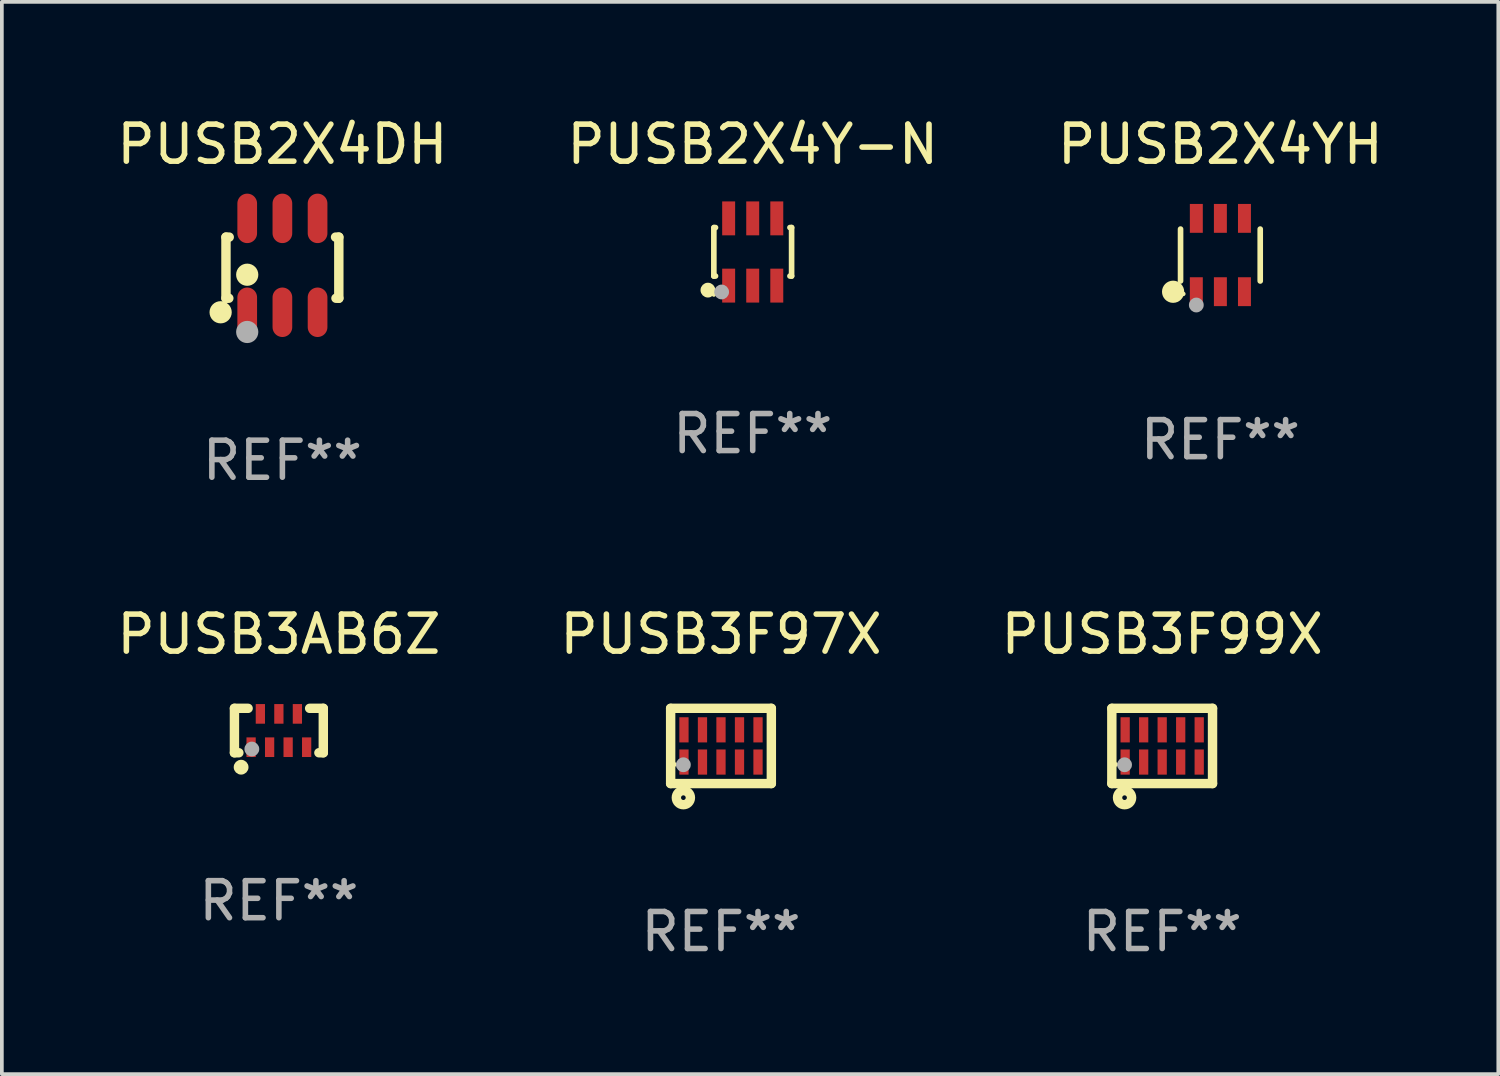
<source format=kicad_pcb>
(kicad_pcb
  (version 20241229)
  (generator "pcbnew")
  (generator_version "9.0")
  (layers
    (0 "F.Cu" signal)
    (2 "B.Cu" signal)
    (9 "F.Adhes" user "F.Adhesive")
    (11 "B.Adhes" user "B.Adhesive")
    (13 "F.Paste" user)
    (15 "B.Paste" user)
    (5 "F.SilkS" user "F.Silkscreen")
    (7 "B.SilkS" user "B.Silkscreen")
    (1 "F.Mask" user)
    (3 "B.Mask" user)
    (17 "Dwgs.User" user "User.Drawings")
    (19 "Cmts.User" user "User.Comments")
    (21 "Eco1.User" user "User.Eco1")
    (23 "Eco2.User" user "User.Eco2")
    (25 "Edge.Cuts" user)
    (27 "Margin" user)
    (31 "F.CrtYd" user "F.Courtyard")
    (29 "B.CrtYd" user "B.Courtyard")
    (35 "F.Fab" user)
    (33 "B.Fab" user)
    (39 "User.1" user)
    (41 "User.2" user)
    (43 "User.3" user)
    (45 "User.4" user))
  (footprint "PUSB2X4DH"
    (layer "F.Cu")
    (at 4.577 4.116)
    (property "Reference" "PUSB2X4DH" (at 0 -3.268 0) (layer "F.SilkS") (effects (font (size 1 1) (thickness 0.15))))
    (attr through_hole)
    (fp_line (start -1.524 -0.762) (end -1.524 0.889) (stroke (width 0.254) (type solid)) (layer "F.SilkS"))
    (fp_line (start -1.524 0.889) (end -1.447 0.889) (stroke (width 0.254) (type solid)) (layer "F.SilkS"))
    (fp_line (start -1.436 -0.762) (end -1.524 -0.762) (stroke (width 0.254) (type solid)) (layer "F.SilkS"))
    (fp_line (start 1.447 0.889) (end 1.524 0.889) (stroke (width 0.254) (type solid)) (layer "F.SilkS"))
    (fp_line (start 1.524 -0.762) (end 1.436 -0.762) (stroke (width 0.254) (type solid)) (layer "F.SilkS"))
    (fp_line (start 1.524 0.889) (end 1.524 -0.762) (stroke (width 0.254) (type solid)) (layer "F.SilkS"))
    (fp_circle (center -1.668 1.268) (end -1.518 1.268) (stroke (width 0.3) (type solid)) (fill no) (layer "F.SilkS"))
    (fp_circle (center -1.5 1.375) (end -1.47 1.375) (stroke (width 0.06) (type solid)) (fill no) (layer "F.SilkS"))
    (fp_circle (center -0.95 0.254) (end -0.8 0.254) (stroke (width 0.3) (type solid)) (fill no) (layer "F.SilkS"))
    (fp_circle (center -0.95 1.8) (end -0.8 1.8) (stroke (width 0.3) (type solid)) (fill no) (layer "F.Fab"))
    (fp_text user "REF**" (at 0 5.268 0) (layer "F.Fab") (effects (font (size 1 1) (thickness 0.15))))
    (pad "1" smd oval (at -0.95 1.268) (size 0.532 1.336) (layers "F.Cu" "F.Mask" "F.Paste"))
    (pad "2" smd oval (at 0 1.268) (size 0.532 1.336) (layers "F.Cu" "F.Mask" "F.Paste"))
    (pad "3" smd oval (at 0.95 1.268) (size 0.532 1.336) (layers "F.Cu" "F.Mask" "F.Paste"))
    (pad "4" smd oval (at 0.95 -1.268) (size 0.532 1.336) (layers "F.Cu" "F.Mask" "F.Paste"))
    (pad "5" smd oval (at 0 -1.268) (size 0.532 1.336) (layers "F.Cu" "F.Mask" "F.Paste"))
    (pad "6" smd oval (at -0.95 -1.268) (size 0.532 1.336) (layers "F.Cu" "F.Mask" "F.Paste")))
  (footprint "PUSB3F99X"
    (layer "F.Cu")
    (at 28.339 17.097)
    (property "Reference" "PUSB3F99X" (at 0 -3.016 0) (layer "F.SilkS") (effects (font (size 1 1) (thickness 0.15))))
    (attr through_hole)
    (fp_line (start -1.36 1.016) (end 1.36 1.016) (stroke (width 0.254) (type solid)) (layer "F.SilkS"))
    (fp_line (start -1.36 -1.016) (end -1.36 1.016) (stroke (width 0.254) (type solid)) (layer "F.SilkS"))
    (fp_line (start -1.36 -1.016) (end 1.36 -1.016) (stroke (width 0.254) (type solid)) (layer "F.SilkS"))
    (fp_line (start 1.36 -1.016) (end 1.36 1.016) (stroke (width 0.254) (type solid)) (layer "F.SilkS"))
    (fp_circle (center -1.25 0.5) (end -1.22 0.5) (stroke (width 0.06) (type solid)) (fill no) (layer "F.SilkS"))
    (fp_circle (center -1.016 1.397) (end -0.953 1.397) (stroke (width 0.254) (type solid)) (fill no) (layer "F.SilkS"))
    (fp_circle (center -1.016 0.508) (end -0.916 0.508) (stroke (width 0.2) (type solid)) (fill no) (layer "F.Fab"))
    (fp_text user "REF**" (at 0 5.016 0) (layer "F.Fab") (effects (font (size 1 1) (thickness 0.15))))
    (pad "1" smd rect (at -1 0.435) (size 0.25 0.68) (layers "F.Cu" "F.Mask" "F.Paste"))
    (pad "2" smd rect (at -0.5 0.435) (size 0.25 0.68) (layers "F.Cu" "F.Mask" "F.Paste"))
    (pad "3" smd rect (at 0 0.435) (size 0.25 0.68) (layers "F.Cu" "F.Mask" "F.Paste"))
    (pad "4" smd rect (at 0.5 0.435) (size 0.25 0.68) (layers "F.Cu" "F.Mask" "F.Paste"))
    (pad "5" smd rect (at 1 0.435) (size 0.25 0.68) (layers "F.Cu" "F.Mask" "F.Paste"))
    (pad "6" smd rect (at 1 -0.435) (size 0.25 0.68) (layers "F.Cu" "F.Mask" "F.Paste"))
    (pad "7" smd rect (at 0.5 -0.435) (size 0.25 0.68) (layers "F.Cu" "F.Mask" "F.Paste"))
    (pad "8" smd rect (at 0 -0.435) (size 0.25 0.68) (layers "F.Cu" "F.Mask" "F.Paste"))
    (pad "9" smd rect (at -0.5 -0.435) (size 0.25 0.68) (layers "F.Cu" "F.Mask" "F.Paste"))
    (pad "10" smd rect (at -1 -0.435) (size 0.25 0.68) (layers "F.Cu" "F.Mask" "F.Paste")))
  (footprint "PUSB2X4YH"
    (layer "F.Cu")
    (at 29.911 3.838)
    (property "Reference" "PUSB2X4YH" (at 0 -2.99 0) (layer "F.SilkS") (effects (font (size 1 1) (thickness 0.15))))
    (attr through_hole)
    (fp_line (start -1.076 0.701) (end -1.076 -0.701) (stroke (width 0.152) (type solid)) (layer "F.SilkS"))
    (fp_line (start 1.076 0.701) (end 1.076 -0.701) (stroke (width 0.152) (type solid)) (layer "F.SilkS"))
    (fp_circle (center -1.277 0.992) (end -1.127 0.992) (stroke (width 0.3) (type solid)) (fill no) (layer "F.SilkS"))
    (fp_circle (center -1 1.05) (end -0.97 1.05) (stroke (width 0.06) (type solid)) (fill no) (layer "F.SilkS"))
    (fp_circle (center -0.65 1.35) (end -0.55 1.35) (stroke (width 0.2) (type solid)) (fill no) (layer "F.Fab"))
    (fp_text user "REF**" (at 0 4.99 0) (layer "F.Fab") (effects (font (size 1 1) (thickness 0.15))))
    (pad "1" smd rect (at -0.65 0.99) (size 0.35 0.78) (layers "F.Cu" "F.Mask" "F.Paste"))
    (pad "2" smd rect (at 0 0.99) (size 0.35 0.78) (layers "F.Cu" "F.Mask" "F.Paste"))
    (pad "3" smd rect (at 0.65 0.99) (size 0.35 0.78) (layers "F.Cu" "F.Mask" "F.Paste"))
    (pad "4" smd rect (at 0.65 -0.99) (size 0.35 0.78) (layers "F.Cu" "F.Mask" "F.Paste"))
    (pad "5" smd rect (at 0 -0.99) (size 0.35 0.78) (layers "F.Cu" "F.Mask" "F.Paste"))
    (pad "6" smd rect (at -0.65 -0.99) (size 0.35 0.78) (layers "F.Cu" "F.Mask" "F.Paste")))
  (footprint "PUSB3F97X"
    (layer "F.Cu")
    (at 16.423 17.097)
    (property "Reference" "PUSB3F97X" (at 0 -3.016 0) (layer "F.SilkS") (effects (font (size 1 1) (thickness 0.15))))
    (attr through_hole)
    (fp_line (start -1.36 1.016) (end 1.36 1.016) (stroke (width 0.254) (type solid)) (layer "F.SilkS"))
    (fp_line (start -1.36 -1.016) (end -1.36 1.016) (stroke (width 0.254) (type solid)) (layer "F.SilkS"))
    (fp_line (start -1.36 -1.016) (end 1.36 -1.016) (stroke (width 0.254) (type solid)) (layer "F.SilkS"))
    (fp_line (start 1.36 -1.016) (end 1.36 1.016) (stroke (width 0.254) (type solid)) (layer "F.SilkS"))
    (fp_circle (center -1.25 0.5) (end -1.22 0.5) (stroke (width 0.06) (type solid)) (fill no) (layer "F.SilkS"))
    (fp_circle (center -1.016 1.397) (end -0.953 1.397) (stroke (width 0.254) (type solid)) (fill no) (layer "F.SilkS"))
    (fp_circle (center -1.016 0.508) (end -0.916 0.508) (stroke (width 0.2) (type solid)) (fill no) (layer "F.Fab"))
    (fp_text user "REF**" (at 0 5.016 0) (layer "F.Fab") (effects (font (size 1 1) (thickness 0.15))))
    (pad "1" smd rect (at -1 0.435) (size 0.25 0.68) (layers "F.Cu" "F.Mask" "F.Paste"))
    (pad "2" smd rect (at -0.5 0.435) (size 0.25 0.68) (layers "F.Cu" "F.Mask" "F.Paste"))
    (pad "3" smd rect (at 0 0.435) (size 0.25 0.68) (layers "F.Cu" "F.Mask" "F.Paste"))
    (pad "4" smd rect (at 0.5 0.435) (size 0.25 0.68) (layers "F.Cu" "F.Mask" "F.Paste"))
    (pad "5" smd rect (at 1 0.435) (size 0.25 0.68) (layers "F.Cu" "F.Mask" "F.Paste"))
    (pad "6" smd rect (at 1 -0.435) (size 0.25 0.68) (layers "F.Cu" "F.Mask" "F.Paste"))
    (pad "7" smd rect (at 0.5 -0.435) (size 0.25 0.68) (layers "F.Cu" "F.Mask" "F.Paste"))
    (pad "8" smd rect (at 0 -0.435) (size 0.25 0.68) (layers "F.Cu" "F.Mask" "F.Paste"))
    (pad "9" smd rect (at -0.5 -0.435) (size 0.25 0.68) (layers "F.Cu" "F.Mask" "F.Paste"))
    (pad "10" smd rect (at -1 -0.435) (size 0.25 0.68) (layers "F.Cu" "F.Mask" "F.Paste")))
  (footprint "PUSB2X4Y-N"
    (layer "F.Cu")
    (at 17.28 3.756)
    (property "Reference" "PUSB2X4Y-N" (at 0 -2.908 0) (layer "F.SilkS") (effects (font (size 1 1) (thickness 0.15))))
    (attr through_hole)
    (fp_line (start -1.05 -0.66) (end -1.05 0.65) (stroke (width 0.152) (type solid)) (layer "F.SilkS"))
    (fp_line (start -1.05 0.65) (end -1.005 0.65) (stroke (width 0.152) (type solid)) (layer "F.SilkS"))
    (fp_line (start -1.005 -0.66) (end -1.04 -0.66) (stroke (width 0.152) (type solid)) (layer "F.SilkS"))
    (fp_line (start 1.005 0.65) (end 1.05 0.65) (stroke (width 0.152) (type solid)) (layer "F.SilkS"))
    (fp_line (start 1.05 -0.66) (end 1.005 -0.66) (stroke (width 0.152) (type solid)) (layer "F.SilkS"))
    (fp_line (start 1.05 0.65) (end 1.05 -0.66) (stroke (width 0.152) (type solid)) (layer "F.SilkS"))
    (fp_circle (center -1.21 1.03) (end -1.11 1.03) (stroke (width 0.2) (type solid)) (fill no) (layer "F.SilkS"))
    (fp_circle (center -1.05 1.15) (end -1.02 1.15) (stroke (width 0.06) (type solid)) (fill no) (layer "F.SilkS"))
    (fp_circle (center -0.84 1.08) (end -0.74 1.08) (stroke (width 0.2) (type solid)) (fill no) (layer "F.Fab"))
    (fp_text user "REF**" (at 0 4.908 0) (layer "F.Fab") (effects (font (size 1 1) (thickness 0.15))))
    (pad "1" smd rect (at -0.65 0.908) (size 0.35 0.916) (layers "F.Cu" "F.Mask" "F.Paste"))
    (pad "2" smd rect (at -0.000013 0.908) (size 0.35 0.916) (layers "F.Cu" "F.Mask" "F.Paste"))
    (pad "3" smd rect (at 0.65 0.908) (size 0.35 0.916) (layers "F.Cu" "F.Mask" "F.Paste"))
    (pad "4" smd rect (at 0.65 -0.908) (size 0.35 0.916) (layers "F.Cu" "F.Mask" "F.Paste"))
    (pad "5" smd rect (at -0.000013 -0.908) (size 0.35 0.916) (layers "F.Cu" "F.Mask" "F.Paste"))
    (pad "6" smd rect (at -0.65 -0.908) (size 0.35 0.916) (layers "F.Cu" "F.Mask" "F.Paste")))
  (footprint "PUSB3AB6Z"
    (layer "F.Cu")
    (at 4.482 16.681)
    (property "Reference" "PUSB3AB6Z" (at 0 -2.6 0) (layer "F.SilkS") (effects (font (size 1 1) (thickness 0.15))))
    (attr through_hole)
    (fp_line (start -1.2 -0.6) (end -1.2 0.6) (stroke (width 0.254) (type solid)) (layer "F.SilkS"))
    (fp_line (start -1.2 -0.6) (end -0.831 -0.6) (stroke (width 0.254) (type solid)) (layer "F.SilkS"))
    (fp_line (start -1.2 0.6) (end -1.081 0.6) (stroke (width 0.254) (type solid)) (layer "F.SilkS"))
    (fp_line (start 0.831 -0.6) (end 1.2 -0.6) (stroke (width 0.254) (type solid)) (layer "F.SilkS"))
    (fp_line (start 1.081 0.6) (end 1.2 0.6) (stroke (width 0.254) (type solid)) (layer "F.SilkS"))
    (fp_line (start 1.2 0.6) (end 1.2 -0.6) (stroke (width 0.254) (type solid)) (layer "F.SilkS"))
    (fp_circle (center -1.1 0.6) (end -1.07 0.6) (stroke (width 0.06) (type solid)) (fill no) (layer "F.SilkS"))
    (fp_circle (center -1.02 0.99) (end -0.92 0.99) (stroke (width 0.2) (type solid)) (fill no) (layer "F.SilkS"))
    (fp_circle (center -0.73 0.5) (end -0.63 0.5) (stroke (width 0.2) (type solid)) (fill no) (layer "F.Fab"))
    (fp_text user "REF**" (at 0 4.6 0) (layer "F.Fab") (effects (font (size 1 1) (thickness 0.15))))
    (pad "1" smd rect (at -0.75 0.45) (size 0.25 0.53) (layers "F.Cu" "F.Mask" "F.Paste"))
    (pad "2" smd rect (at -0.25 0.45) (size 0.25 0.53) (layers "F.Cu" "F.Mask" "F.Paste"))
    (pad "3" smd rect (at 0.25 0.45) (size 0.25 0.53) (layers "F.Cu" "F.Mask" "F.Paste"))
    (pad "4" smd rect (at 0.75 0.45) (size 0.25 0.53) (layers "F.Cu" "F.Mask" "F.Paste"))
    (pad "5" smd rect (at 0.5 -0.45) (size 0.25 0.53) (layers "F.Cu" "F.Mask" "F.Paste"))
    (pad "6" smd rect (at 0 -0.45) (size 0.25 0.53) (layers "F.Cu" "F.Mask" "F.Paste"))
    (pad "7" smd rect (at -0.5 -0.45) (size 0.25 0.53) (layers "F.Cu" "F.Mask" "F.Paste")))
  (gr_rect
    (start -3 -3)
    (end 37.417 25.961)
    (stroke (width 0.1) (type default))
    (fill no)
    (layer "Edge.Cuts")))
</source>
